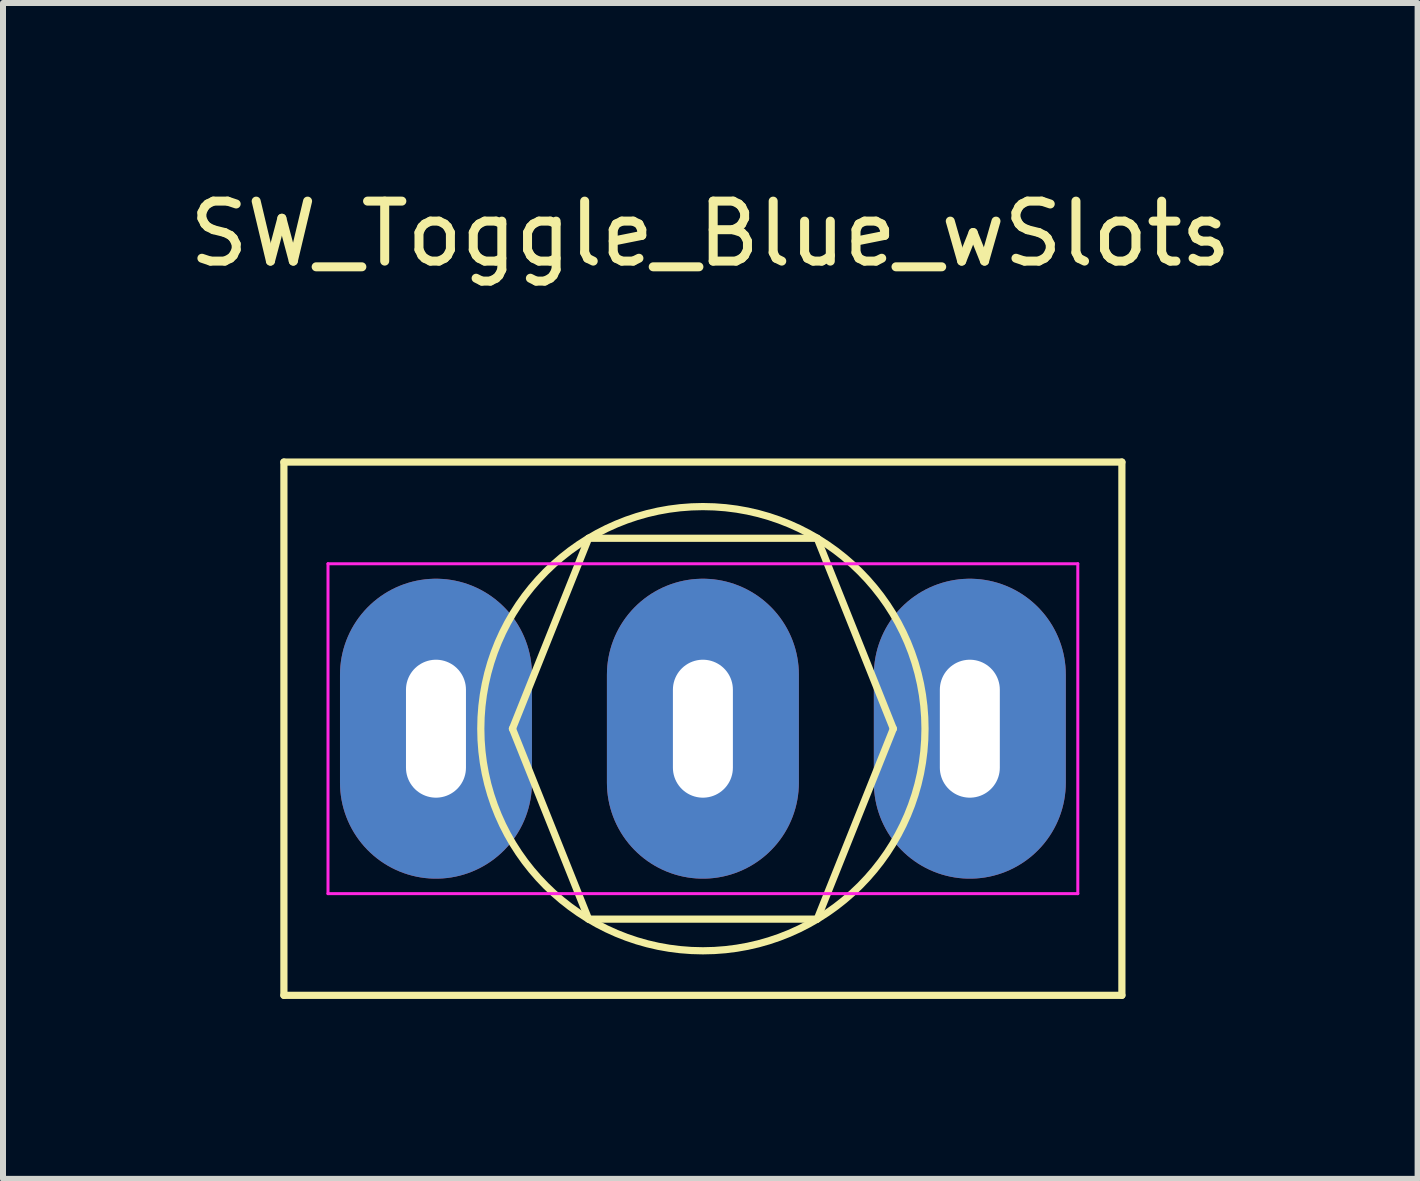
<source format=kicad_pcb>
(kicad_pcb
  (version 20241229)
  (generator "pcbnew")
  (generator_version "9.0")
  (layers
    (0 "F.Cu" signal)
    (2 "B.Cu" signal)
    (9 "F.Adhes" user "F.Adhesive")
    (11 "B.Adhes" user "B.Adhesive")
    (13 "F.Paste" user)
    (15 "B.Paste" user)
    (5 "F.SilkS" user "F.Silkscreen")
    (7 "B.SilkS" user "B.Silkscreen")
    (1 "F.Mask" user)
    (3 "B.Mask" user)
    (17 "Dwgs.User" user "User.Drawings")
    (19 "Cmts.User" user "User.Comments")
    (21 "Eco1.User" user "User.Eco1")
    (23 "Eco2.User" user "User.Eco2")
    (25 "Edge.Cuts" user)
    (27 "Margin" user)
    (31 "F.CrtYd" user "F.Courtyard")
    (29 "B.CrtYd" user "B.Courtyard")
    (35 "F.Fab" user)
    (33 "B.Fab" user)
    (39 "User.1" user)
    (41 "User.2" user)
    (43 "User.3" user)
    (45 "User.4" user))
  (footprint "SW_Toggle_Blue_wSlots"
    (layer "F.Cu")
    (at 8.668 9.098)
    (property "Reference" "SW_Toggle_Blue_wSlots" (at 0.124 -8.25 0) (layer "F.SilkS") (effects (font (size 1 1) (thickness 0.15))))
    (attr through_hole)
    (fp_line (start -6.985 -4.445) (end 6.985 -4.445) (stroke (width 0.12) (type solid)) (layer "F.SilkS"))
    (fp_line (start -6.985 4.445) (end -6.985 -4.445) (stroke (width 0.12) (type solid)) (layer "F.SilkS"))
    (fp_line (start -3.175 0) (end -1.905 -3.175) (stroke (width 0.12) (type solid)) (layer "F.SilkS"))
    (fp_line (start -1.905 -3.175) (end 1.905 -3.175) (stroke (width 0.12) (type solid)) (layer "F.SilkS"))
    (fp_line (start -1.905 3.175) (end -3.175 0) (stroke (width 0.12) (type solid)) (layer "F.SilkS"))
    (fp_line (start 1.905 -3.175) (end 3.175 0) (stroke (width 0.12) (type solid)) (layer "F.SilkS"))
    (fp_line (start 1.905 3.175) (end -1.905 3.175) (stroke (width 0.12) (type solid)) (layer "F.SilkS"))
    (fp_line (start 3.175 0) (end 1.905 3.175) (stroke (width 0.12) (type solid)) (layer "F.SilkS"))
    (fp_line (start 6.985 -4.445) (end 6.985 4.445) (stroke (width 0.12) (type solid)) (layer "F.SilkS"))
    (fp_line (start 6.985 4.445) (end -6.985 4.445) (stroke (width 0.12) (type solid)) (layer "F.SilkS"))
    (fp_circle (center 0 0) (end 1.905 3.175) (stroke (width 0.12) (type solid)) (fill no) (layer "F.SilkS"))
    (fp_line (start -4.902 -1.422) (end -4.013 -1.422) (stroke (width 0.12) (type solid)) (layer "Eco2.User"))
    (fp_line (start -4.902 1.372) (end -4.902 -1.422) (stroke (width 0.12) (type solid)) (layer "Eco2.User"))
    (fp_line (start -4.013 -1.422) (end -4.013 1.372) (stroke (width 0.12) (type solid)) (layer "Eco2.User"))
    (fp_line (start -4.013 1.372) (end -4.902 1.372) (stroke (width 0.12) (type solid)) (layer "Eco2.User"))
    (fp_line (start -0.457 -1.422) (end 0.432 -1.422) (stroke (width 0.12) (type solid)) (layer "Eco2.User"))
    (fp_line (start -0.457 1.372) (end -0.457 -1.422) (stroke (width 0.12) (type solid)) (layer "Eco2.User"))
    (fp_line (start 0.432 -1.422) (end 0.432 1.372) (stroke (width 0.12) (type solid)) (layer "Eco2.User"))
    (fp_line (start 0.432 1.372) (end -0.457 1.372) (stroke (width 0.12) (type solid)) (layer "Eco2.User"))
    (fp_line (start 4.013 -1.422) (end 4.877 -1.422) (stroke (width 0.12) (type solid)) (layer "Eco2.User"))
    (fp_line (start 4.013 1.372) (end 4.013 -1.422) (stroke (width 0.12) (type solid)) (layer "Eco2.User"))
    (fp_line (start 4.877 -1.422) (end 4.902 1.372) (stroke (width 0.12) (type solid)) (layer "Eco2.User"))
    (fp_line (start 4.902 1.372) (end 4.013 1.372) (stroke (width 0.12) (type solid)) (layer "Eco2.User"))
    (fp_line (start -6.25 -2.75) (end 6.25 -2.75) (stroke (width 0.05) (type solid)) (layer "F.CrtYd"))
    (fp_line (start -6.25 2.75) (end -6.25 -2.75) (stroke (width 0.05) (type solid)) (layer "F.CrtYd"))
    (fp_line (start 6.25 -2.75) (end 6.25 2.75) (stroke (width 0.05) (type solid)) (layer "F.CrtYd"))
    (fp_line (start 6.25 2.75) (end -6.25 2.75) (stroke (width 0.05) (type solid)) (layer "F.CrtYd"))
    (pad "1" thru_hole oval (at -4.45 0) (size 3.2 5) (drill oval 1 2.3) (layers "*.Cu"))
    (pad "2" thru_hole oval (at 0 0) (size 3.2 5) (drill oval 1 2.3) (layers "*.Cu"))
    (pad "3" thru_hole oval (at 4.45 0) (size 3.2 5) (drill oval 1 2.3) (layers "*.Cu")))
  (gr_rect
    (start -3 -3)
    (end 20.583 16.603)
    (stroke (width 0.1) (type default))
    (fill no)
    (layer "Edge.Cuts")))
</source>
